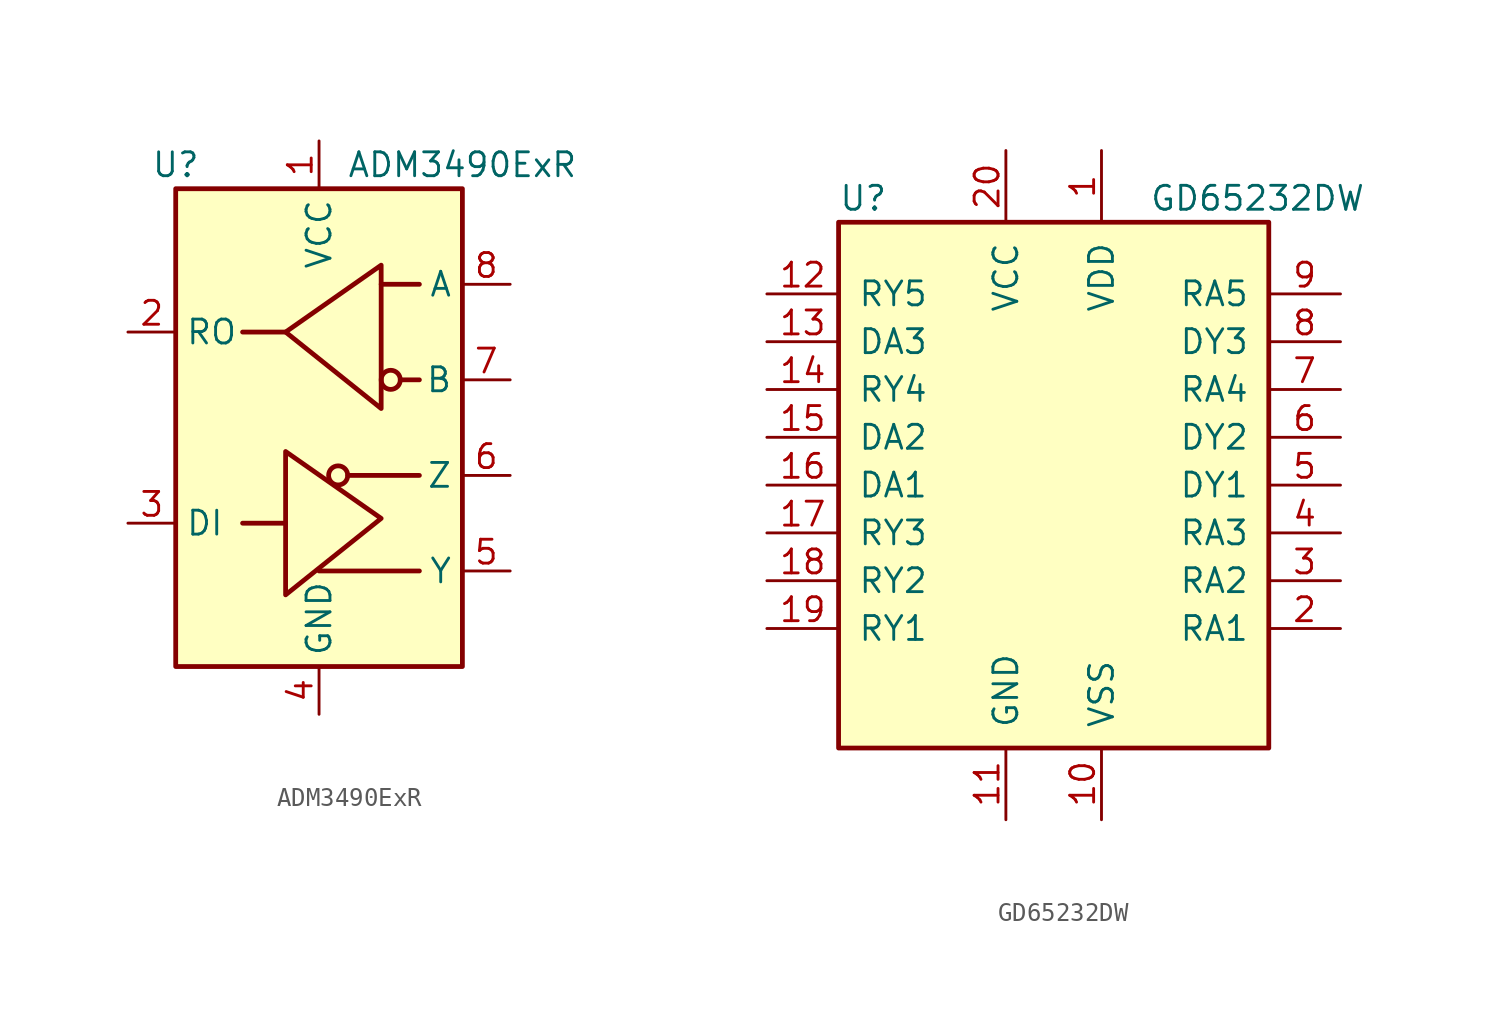
<source format=kicad_sym>
(kicad_symbol_lib
  (version 20201005)
  (generator kicad_symbol_editor)
  (symbol "Interface_UART:ADM3490ExR"
    (property "Reference" "U"
      (at -7.62 13.97 0)
      (effects (font (size 1.27 1.27))))
    (property "Value" "ADM3490ExR"
      (at 7.62 13.97 0)
      (effects (font (size 1.27 1.27))))
    (symbol "ADM3490ExR_0_1"
      (circle (center 1.016 -2.54) (radius 0.508) (stroke (width 0.254)) (fill (type none)))
      (rectangle (start -7.62 12.7) (end 7.62 -12.7) (stroke (width 0.254)) (fill (type background)))
      (polyline (pts (xy -1.778 -5.08) (xy -4.064 -5.08)) (stroke (width 0.254)) (fill (type none)))
      (polyline (pts (xy -1.778 5.08) (xy -4.064 5.08)) (stroke (width 0.254)) (fill (type none)))
      (polyline (pts (xy 0 -7.62) (xy 5.334 -7.62)) (stroke (width 0.254)) (fill (type none)))
      (polyline (pts (xy 1.524 -2.54) (xy 5.334 -2.54)) (stroke (width 0.254)) (fill (type none)))
      (polyline (pts (xy 3.302 7.62) (xy 5.334 7.62)) (stroke (width 0.254)) (fill (type none)))
      (polyline (pts (xy 4.318 2.54) (xy 5.334 2.54)) (stroke (width 0.254)) (fill (type none)))
      (polyline (pts (xy -1.778 -5.08) (xy -1.778 -1.27) (xy 3.302 -4.826) (xy -1.778 -8.89) (xy -1.778 -5.08)) (stroke (width 0.254)) (fill (type none))))
    (symbol "ADM3490ExR_1_1"
      (circle (center 3.81 2.54) (radius 0.508) (stroke (width 0.254)) (fill (type none)))
      (polyline (pts (xy 3.302 4.826) (xy 3.302 8.636) (xy -1.778 5.08) (xy 3.302 1.016) (xy 3.302 4.826)) (stroke (width 0.254)) (fill (type none)))
      (pin power_in line (at 0 15.24 270) (length 2.54) (name "VCC" (effects (font (size 1.27 1.27)))) (number "1" (effects (font (size 1.27 1.27)))))
      (pin output line (at -10.16 5.08 0) (length 2.54) (name "RO" (effects (font (size 1.27 1.27)))) (number "2" (effects (font (size 1.27 1.27)))))
      (pin input line (at -10.16 -5.08 0) (length 2.54) (name "DI" (effects (font (size 1.27 1.27)))) (number "3" (effects (font (size 1.27 1.27)))))
      (pin power_in line (at 0 -15.24 90) (length 2.54) (name "GND" (effects (font (size 1.27 1.27)))) (number "4" (effects (font (size 1.27 1.27)))))
      (pin output line (at 10.16 -7.62 180) (length 2.54) (name "Y" (effects (font (size 1.27 1.27)))) (number "5" (effects (font (size 1.27 1.27)))))
      (pin output line (at 10.16 -2.54 180) (length 2.54) (name "Z" (effects (font (size 1.27 1.27)))) (number "6" (effects (font (size 1.27 1.27)))))
      (pin input line (at 10.16 2.54 180) (length 2.54) (name "B" (effects (font (size 1.27 1.27)))) (number "7" (effects (font (size 1.27 1.27)))))
      (pin input line (at 10.16 7.62 180) (length 2.54) (name "A" (effects (font (size 1.27 1.27)))) (number "8" (effects (font (size 1.27 1.27)))))))
  (symbol "Interface_UART:GD65232DW"
    (pin_names
      (offset 1.016))
    (property "Reference" "U"
      (at -11.43 15.24 0)
      (effects (font (size 1.27 1.27)) (justify left)))
    (property "Value" "GD65232DW"
      (at 5.08 15.24 0)
      (effects (font (size 1.27 1.27)) (justify left)))
    (symbol "GD65232DW_0_1"
      (rectangle (start -11.43 13.97) (end 11.43 -13.97) (stroke (width 0.254)) (fill (type background))))
    (symbol "GD65232DW_1_1"
      (pin power_in line (at 2.54 17.78 270) (length 3.81) (name "VDD" (effects (font (size 1.27 1.27)))) (number "1" (effects (font (size 1.27 1.27)))))
      (pin power_in line (at 2.54 -17.78 90) (length 3.81) (name "VSS" (effects (font (size 1.27 1.27)))) (number "10" (effects (font (size 1.27 1.27)))))
      (pin power_in line (at -2.54 -17.78 90) (length 3.81) (name "GND" (effects (font (size 1.27 1.27)))) (number "11" (effects (font (size 1.27 1.27)))))
      (pin output line (at -15.24 10.16 0) (length 3.81) (name "RY5" (effects (font (size 1.27 1.27)))) (number "12" (effects (font (size 1.27 1.27)))))
      (pin input line (at -15.24 7.62 0) (length 3.81) (name "DA3" (effects (font (size 1.27 1.27)))) (number "13" (effects (font (size 1.27 1.27)))))
      (pin output line (at -15.24 5.08 0) (length 3.81) (name "RY4" (effects (font (size 1.27 1.27)))) (number "14" (effects (font (size 1.27 1.27)))))
      (pin input line (at -15.24 2.54 0) (length 3.81) (name "DA2" (effects (font (size 1.27 1.27)))) (number "15" (effects (font (size 1.27 1.27)))))
      (pin input line (at -15.24 0 0) (length 3.81) (name "DA1" (effects (font (size 1.27 1.27)))) (number "16" (effects (font (size 1.27 1.27)))))
      (pin output line (at -15.24 -2.54 0) (length 3.81) (name "RY3" (effects (font (size 1.27 1.27)))) (number "17" (effects (font (size 1.27 1.27)))))
      (pin output line (at -15.24 -5.08 0) (length 3.81) (name "RY2" (effects (font (size 1.27 1.27)))) (number "18" (effects (font (size 1.27 1.27)))))
      (pin output line (at -15.24 -7.62 0) (length 3.81) (name "RY1" (effects (font (size 1.27 1.27)))) (number "19" (effects (font (size 1.27 1.27)))))
      (pin input line (at 15.24 -7.62 180) (length 3.81) (name "RA1" (effects (font (size 1.27 1.27)))) (number "2" (effects (font (size 1.27 1.27)))))
      (pin power_in line (at -2.54 17.78 270) (length 3.81) (name "VCC" (effects (font (size 1.27 1.27)))) (number "20" (effects (font (size 1.27 1.27)))))
      (pin input line (at 15.24 -5.08 180) (length 3.81) (name "RA2" (effects (font (size 1.27 1.27)))) (number "3" (effects (font (size 1.27 1.27)))))
      (pin input line (at 15.24 -2.54 180) (length 3.81) (name "RA3" (effects (font (size 1.27 1.27)))) (number "4" (effects (font (size 1.27 1.27)))))
      (pin output line (at 15.24 0 180) (length 3.81) (name "DY1" (effects (font (size 1.27 1.27)))) (number "5" (effects (font (size 1.27 1.27)))))
      (pin output line (at 15.24 2.54 180) (length 3.81) (name "DY2" (effects (font (size 1.27 1.27)))) (number "6" (effects (font (size 1.27 1.27)))))
      (pin input line (at 15.24 5.08 180) (length 3.81) (name "RA4" (effects (font (size 1.27 1.27)))) (number "7" (effects (font (size 1.27 1.27)))))
      (pin output line (at 15.24 7.62 180) (length 3.81) (name "DY3" (effects (font (size 1.27 1.27)))) (number "8" (effects (font (size 1.27 1.27)))))
      (pin input line (at 15.24 10.16 180) (length 3.81) (name "RA5" (effects (font (size 1.27 1.27)))) (number "9" (effects (font (size 1.27 1.27))))))))
</source>
